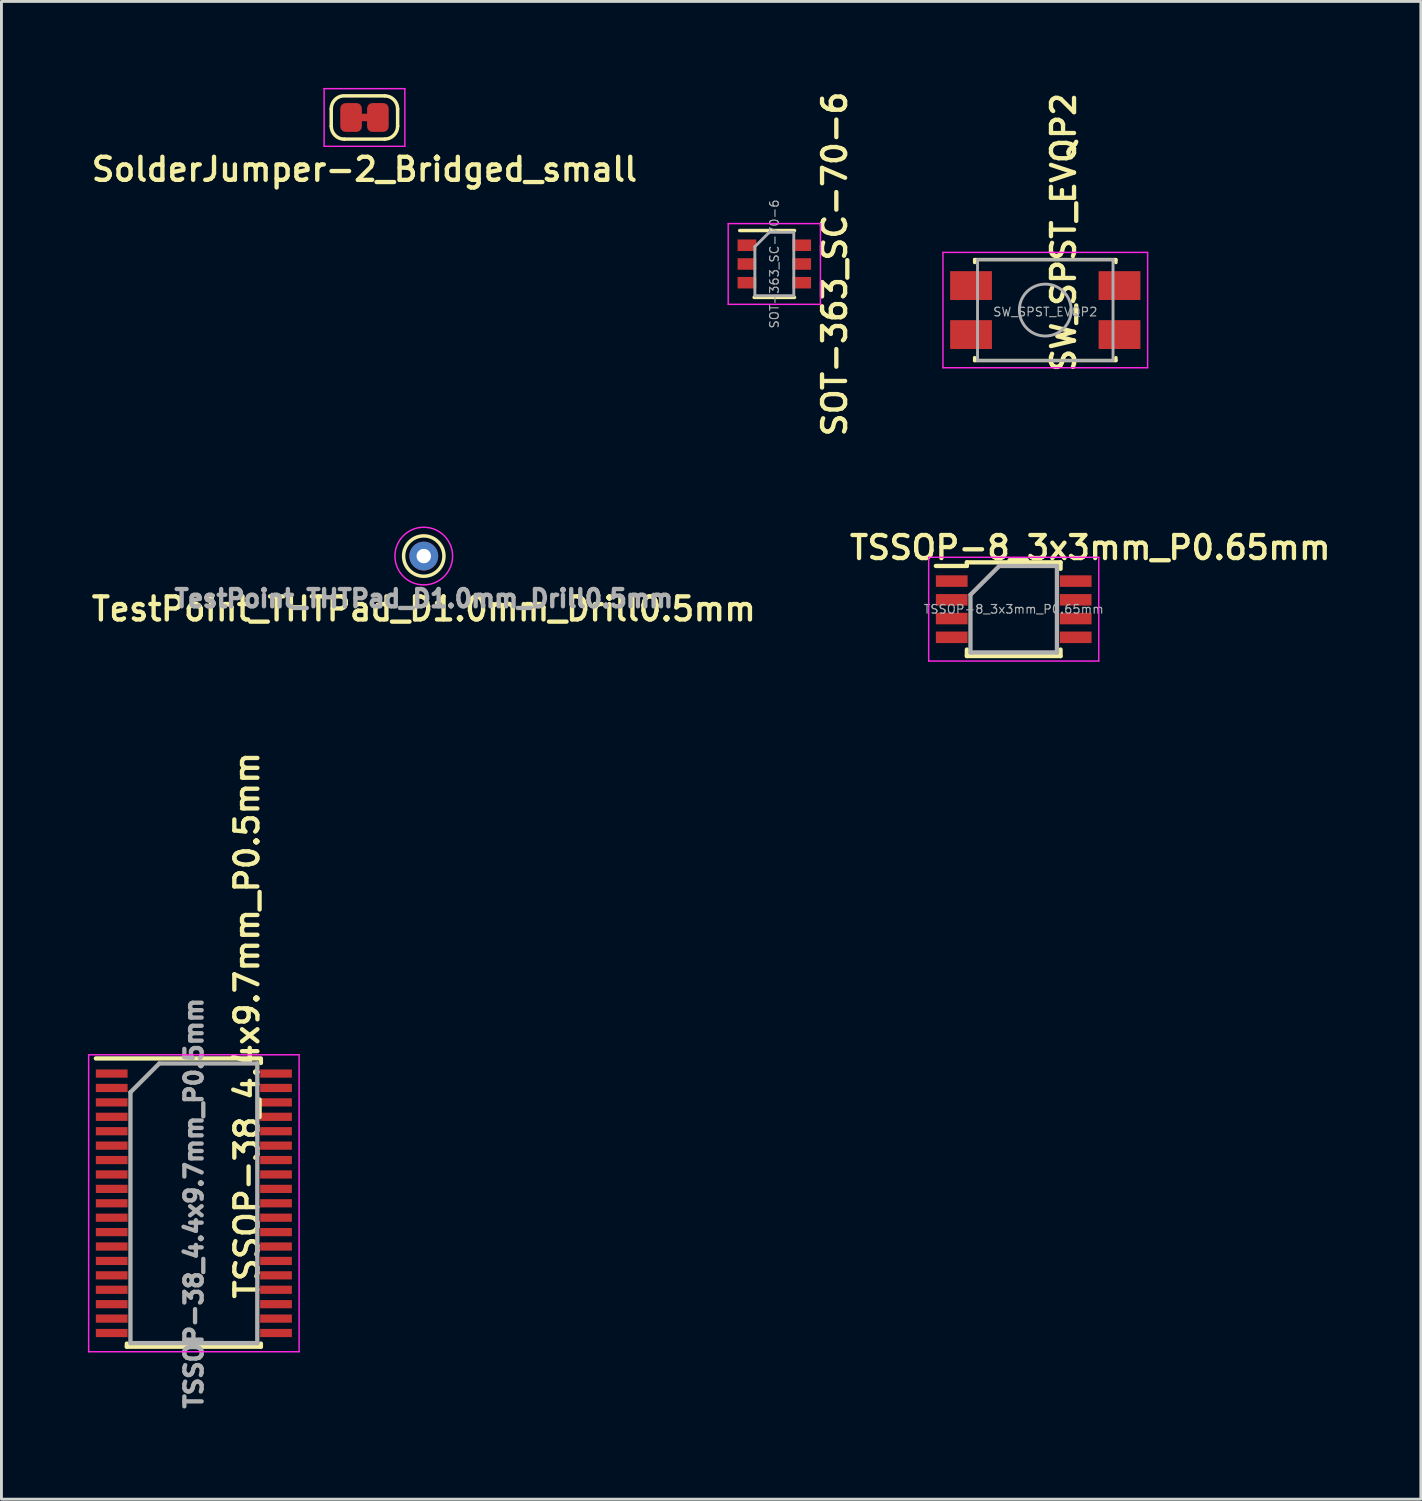
<source format=kicad_pcb>
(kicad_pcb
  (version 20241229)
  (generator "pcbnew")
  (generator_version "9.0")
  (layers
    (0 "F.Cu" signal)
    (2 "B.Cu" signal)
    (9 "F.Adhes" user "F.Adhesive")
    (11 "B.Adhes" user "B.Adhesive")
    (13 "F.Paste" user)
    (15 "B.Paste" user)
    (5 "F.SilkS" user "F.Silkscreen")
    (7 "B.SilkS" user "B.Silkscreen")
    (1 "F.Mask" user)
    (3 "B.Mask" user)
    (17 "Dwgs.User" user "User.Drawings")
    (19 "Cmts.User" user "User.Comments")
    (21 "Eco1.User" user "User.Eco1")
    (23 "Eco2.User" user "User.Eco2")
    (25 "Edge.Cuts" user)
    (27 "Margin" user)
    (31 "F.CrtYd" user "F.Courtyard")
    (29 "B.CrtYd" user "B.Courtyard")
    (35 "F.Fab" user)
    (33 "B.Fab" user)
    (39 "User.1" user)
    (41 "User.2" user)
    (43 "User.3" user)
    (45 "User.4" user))
  (footprint "SolderJumper-2_Bridged_small"
    (layer "F.Cu")
    (at 9.593 1.025)
    (property "Reference" "SolderJumper-2_Bridged_small" (at 0 1.8 0) (layer "F.SilkS") (effects (font (size 0.8 0.8) (thickness 0.15))))
    (attr exclude_from_pos_files exclude_from_bom)
    (fp_poly (pts (xy 0.21 -0.13) (xy -0.21 -0.13) (xy -0.21 0.13) (xy 0.21 0.13)) (stroke (width 0) (type solid)) (fill yes) (layer "F.Cu"))
    (fp_poly (pts (xy 0.84 -0.5) (xy -0.84 -0.5) (xy -0.84 0.5) (xy 0.84 0.5)) (stroke (width 0) (type solid)) (fill yes) (layer "F.Mask"))
    (fp_line (start -1.153 0.3) (end -1.153 -0.3) (stroke (width 0.12) (type solid)) (layer "F.SilkS"))
    (fp_line (start -0.7 -0.75) (end 0.7 -0.75) (stroke (width 0.12) (type solid)) (layer "F.SilkS"))
    (fp_line (start 0.7 0.75) (end -0.7 0.75) (stroke (width 0.12) (type solid)) (layer "F.SilkS"))
    (fp_line (start 1.15 -0.3) (end 1.15 0.3) (stroke (width 0.12) (type solid)) (layer "F.SilkS"))
    (fp_arc (start -1.152769 -0.3) (mid -1.037371 -0.601961) (end -0.75 -0.75) (stroke (width 0.12) (type solid)) (layer "F.SilkS"))
    (fp_arc (start -0.7 0.752769) (mid -1.020156 0.620156) (end -1.152769 0.3) (stroke (width 0.12) (type solid)) (layer "F.SilkS"))
    (fp_arc (start 0.7 -0.75) (mid 1.018198 -0.618198) (end 1.15 -0.3) (stroke (width 0.12) (type solid)) (layer "F.SilkS"))
    (fp_arc (start 1.15 0.3) (mid 1.018198 0.618198) (end 0.7 0.75) (stroke (width 0.12) (type solid)) (layer "F.SilkS"))
    (fp_line (start -1.4 -1) (end -1.4 1) (stroke (width 0.05) (type solid)) (layer "F.CrtYd"))
    (fp_line (start -1.4 -1) (end 1.4 -1) (stroke (width 0.05) (type solid)) (layer "F.CrtYd"))
    (fp_line (start 1.4 1) (end -1.4 1) (stroke (width 0.05) (type solid)) (layer "F.CrtYd"))
    (fp_line (start 1.4 1) (end 1.4 -1) (stroke (width 0.05) (type solid)) (layer "F.CrtYd"))
    (pad "1" smd roundrect (at -0.465 0) (size 0.75 1) (layers "F.Cu" "F.Mask" "F.Paste") (roundrect_rratio 0.25))
    (pad "2" smd roundrect (at 0.465 0) (size 0.75 1) (layers "F.Cu" "F.Mask" "F.Paste") (roundrect_rratio 0.25)))
  (footprint "TestPoint_THTPad_D1.0mm_Drill0.5mm"
    (layer "F.Cu")
    (at 11.65 16.239)
    (property "Reference" "TestPoint_THTPad_D1.0mm_Drill0.5mm" (at 0 1.835 0) (layer "F.SilkS") (effects (font (size 0.8 0.8) (thickness 0.15))))
    (attr exclude_from_pos_files exclude_from_bom)
    (fp_circle (center 0 0) (end 0 0.7) (stroke (width 0.12) (type solid)) (fill no) (layer "F.SilkS"))
    (fp_circle (center 0 0) (end 1 0) (stroke (width 0.05) (type solid)) (fill no) (layer "F.CrtYd"))
    (fp_text user "${REFERENCE}" (at 0 1.473 0) (layer "F.Fab") (effects (font (size 0.6 0.6) (thickness 0.15))))
    (pad "1" thru_hole circle (at 0 0) (size 1 1) (drill 0.5) (layers "*.Cu" "*.Mask")))
  (footprint "SOT-363_SC-70-6"
    (layer "F.Cu")
    (at 23.81 6.107)
    (property "Reference" "SOT-363_SC-70-6" (at 2.093 0 90) (layer "F.SilkS") (effects (font (size 0.8 0.8) (thickness 0.15))))
    (attr smd)
    (fp_line (start -0.7 1.16) (end 0.7 1.16) (stroke (width 0.12) (type solid)) (layer "F.SilkS"))
    (fp_line (start 0.7 -1.16) (end -1.2 -1.16) (stroke (width 0.12) (type solid)) (layer "F.SilkS"))
    (fp_line (start -1.6 -1.4) (end -1.6 1.4) (stroke (width 0.05) (type solid)) (layer "F.CrtYd"))
    (fp_line (start -1.6 -1.4) (end 1.6 -1.4) (stroke (width 0.05) (type solid)) (layer "F.CrtYd"))
    (fp_line (start -1.6 1.4) (end 1.6 1.4) (stroke (width 0.05) (type solid)) (layer "F.CrtYd"))
    (fp_line (start 1.6 1.4) (end 1.6 -1.4) (stroke (width 0.05) (type solid)) (layer "F.CrtYd"))
    (fp_line (start -0.675 -0.6) (end -0.675 1.1) (stroke (width 0.1) (type solid)) (layer "F.Fab"))
    (fp_line (start -0.175 -1.1) (end -0.675 -0.6) (stroke (width 0.1) (type solid)) (layer "F.Fab"))
    (fp_line (start 0.675 -1.1) (end -0.175 -1.1) (stroke (width 0.1) (type solid)) (layer "F.Fab"))
    (fp_line (start 0.675 -1.1) (end 0.675 1.1) (stroke (width 0.1) (type solid)) (layer "F.Fab"))
    (fp_line (start 0.675 1.1) (end -0.675 1.1) (stroke (width 0.1) (type solid)) (layer "F.Fab"))
    (fp_text user "${REFERENCE}" (at 0 0 270) (layer "F.Fab") (effects (font (size 0.3 0.3) (thickness 0.04))))
    (pad "1" smd rect (at -0.95 -0.65) (size 0.65 0.4) (layers "F.Cu" "F.Mask" "F.Paste"))
    (pad "2" smd rect (at -0.95 0) (size 0.65 0.4) (layers "F.Cu" "F.Mask" "F.Paste"))
    (pad "3" smd rect (at -0.95 0.65) (size 0.65 0.4) (layers "F.Cu" "F.Mask" "F.Paste"))
    (pad "4" smd rect (at 0.95 0.65) (size 0.65 0.4) (layers "F.Cu" "F.Mask" "F.Paste"))
    (pad "5" smd rect (at 0.95 0) (size 0.65 0.4) (layers "F.Cu" "F.Mask" "F.Paste"))
    (pad "6" smd rect (at 0.95 -0.65) (size 0.65 0.4) (layers "F.Cu" "F.Mask" "F.Paste")))
  (footprint "SW_SPST_EVQP2"
    (layer "F.Cu")
    (at 33.209 7.706)
    (property "Reference" "SW_SPST_EVQP2" (at 0.635 2.223 270) (layer "F.SilkS") (effects (font (size 0.8 0.8) (thickness 0.15)) (justify left)))
    (attr smd)
    (fp_line (start -2.45 -1.75) (end -2.45 -1.65) (stroke (width 0.12) (type solid)) (layer "F.SilkS"))
    (fp_line (start -2.45 1.65) (end -2.45 1.75) (stroke (width 0.12) (type solid)) (layer "F.SilkS"))
    (fp_line (start -2.45 1.75) (end 2.45 1.75) (stroke (width 0.12) (type solid)) (layer "F.SilkS"))
    (fp_line (start 2.45 -1.75) (end -2.45 -1.75) (stroke (width 0.12) (type solid)) (layer "F.SilkS"))
    (fp_line (start 2.45 -1.75) (end 2.45 -1.65) (stroke (width 0.12) (type solid)) (layer "F.SilkS"))
    (fp_line (start 2.45 1.75) (end 2.45 1.65) (stroke (width 0.12) (type solid)) (layer "F.SilkS"))
    (fp_line (start -3.55 -2) (end 3.55 -2) (stroke (width 0.05) (type solid)) (layer "F.CrtYd"))
    (fp_line (start -3.55 2) (end -3.55 -2) (stroke (width 0.05) (type solid)) (layer "F.CrtYd"))
    (fp_line (start 3.55 -2) (end 3.55 2) (stroke (width 0.05) (type solid)) (layer "F.CrtYd"))
    (fp_line (start 3.55 2) (end -3.55 2) (stroke (width 0.05) (type solid)) (layer "F.CrtYd"))
    (fp_line (start -2.35 -1.75) (end 2.35 -1.75) (stroke (width 0.1) (type solid)) (layer "F.Fab"))
    (fp_line (start -2.35 1.75) (end -2.35 -1.75) (stroke (width 0.1) (type solid)) (layer "F.Fab"))
    (fp_line (start 2.35 -1.75) (end 2.35 1.75) (stroke (width 0.1) (type solid)) (layer "F.Fab"))
    (fp_line (start 2.35 1.75) (end -2.35 1.75) (stroke (width 0.1) (type solid)) (layer "F.Fab"))
    (fp_circle (center 0 0) (end 0.9 0) (stroke (width 0.1) (type solid)) (fill no) (layer "F.Fab"))
    (fp_text user "${REFERENCE}" (at 0 0.064 0) (layer "F.Fab") (effects (font (size 0.3 0.3) (thickness 0.04))))
    (pad "1" smd rect (at -2.575 -0.85) (size 1.45 1) (layers "F.Cu" "F.Mask" "F.Paste"))
    (pad "1" smd rect (at 2.575 -0.85) (size 1.45 1) (layers "F.Cu" "F.Mask" "F.Paste"))
    (pad "2" smd rect (at -2.575 0.85) (size 1.45 1) (layers "F.Cu" "F.Mask" "F.Paste"))
    (pad "2" smd rect (at 2.575 0.85) (size 1.45 1) (layers "F.Cu" "F.Mask" "F.Paste")))
  (footprint "TSSOP-8_3x3mm_P0.65mm"
    (layer "F.Cu")
    (at 32.114 18.082)
    (property "Reference" "TSSOP-8_3x3mm_P0.65mm" (at 2.654 -2.136 180) (layer "F.SilkS") (effects (font (size 0.8 0.8) (thickness 0.15))))
    (attr smd)
    (fp_line (start -1.625 -1.625) (end -1.625 -1.5) (stroke (width 0.15) (type solid)) (layer "F.SilkS"))
    (fp_line (start -1.625 -1.625) (end 1.625 -1.625) (stroke (width 0.15) (type solid)) (layer "F.SilkS"))
    (fp_line (start -1.625 -1.5) (end -2.7 -1.5) (stroke (width 0.15) (type solid)) (layer "F.SilkS"))
    (fp_line (start -1.625 1.625) (end -1.625 1.4) (stroke (width 0.15) (type solid)) (layer "F.SilkS"))
    (fp_line (start -1.625 1.625) (end 1.625 1.625) (stroke (width 0.15) (type solid)) (layer "F.SilkS"))
    (fp_line (start 1.625 -1.625) (end 1.625 -1.4) (stroke (width 0.15) (type solid)) (layer "F.SilkS"))
    (fp_line (start 1.625 1.625) (end 1.625 1.4) (stroke (width 0.15) (type solid)) (layer "F.SilkS"))
    (fp_line (start -2.95 -1.8) (end -2.95 1.8) (stroke (width 0.05) (type solid)) (layer "F.CrtYd"))
    (fp_line (start -2.95 -1.8) (end 2.95 -1.8) (stroke (width 0.05) (type solid)) (layer "F.CrtYd"))
    (fp_line (start -2.95 1.8) (end 2.95 1.8) (stroke (width 0.05) (type solid)) (layer "F.CrtYd"))
    (fp_line (start 2.95 -1.8) (end 2.95 1.8) (stroke (width 0.05) (type solid)) (layer "F.CrtYd"))
    (fp_line (start -1.5 -0.5) (end -0.5 -1.5) (stroke (width 0.15) (type solid)) (layer "F.Fab"))
    (fp_line (start -1.5 1.5) (end -1.5 -0.5) (stroke (width 0.15) (type solid)) (layer "F.Fab"))
    (fp_line (start -0.5 -1.5) (end 1.5 -1.5) (stroke (width 0.15) (type solid)) (layer "F.Fab"))
    (fp_line (start 1.5 -1.5) (end 1.5 1.5) (stroke (width 0.15) (type solid)) (layer "F.Fab"))
    (fp_line (start 1.5 1.5) (end -1.5 1.5) (stroke (width 0.15) (type solid)) (layer "F.Fab"))
    (fp_text user "${REFERENCE}" (at 0 0 180) (layer "F.Fab") (effects (font (size 0.3 0.3) (thickness 0.04))))
    (pad "1" smd rect (at -2.15 -0.975) (size 1.1 0.4) (layers "F.Cu" "F.Mask" "F.Paste"))
    (pad "2" smd rect (at -2.15 -0.325) (size 1.1 0.4) (layers "F.Cu" "F.Mask" "F.Paste"))
    (pad "3" smd rect (at -2.15 0.325) (size 1.1 0.4) (layers "F.Cu" "F.Mask" "F.Paste"))
    (pad "4" smd rect (at -2.15 0.975) (size 1.1 0.4) (layers "F.Cu" "F.Mask" "F.Paste"))
    (pad "5" smd rect (at 2.15 0.975) (size 1.1 0.4) (layers "F.Cu" "F.Mask" "F.Paste"))
    (pad "6" smd rect (at 2.15 0.325) (size 1.1 0.4) (layers "F.Cu" "F.Mask" "F.Paste"))
    (pad "7" smd rect (at 2.15 -0.325) (size 1.1 0.4) (layers "F.Cu" "F.Mask" "F.Paste"))
    (pad "8" smd rect (at 2.15 -0.975) (size 1.1 0.4) (layers "F.Cu" "F.Mask" "F.Paste")))
  (footprint "TSSOP-38_4.4x9.7mm_P0.5mm"
    (layer "F.Cu")
    (at 3.675 38.69)
    (property "Reference" "TSSOP-38_4.4x9.7mm_P0.5mm" (at 1.841 -6.172 90) (layer "F.SilkS") (effects (font (size 0.8 0.8) (thickness 0.15))))
    (attr smd)
    (fp_line (start -3.4 -5.025) (end 2.325 -5.025) (stroke (width 0.15) (type solid)) (layer "F.SilkS"))
    (fp_line (start -2.325 4.975) (end -2.325 4.867) (stroke (width 0.15) (type solid)) (layer "F.SilkS"))
    (fp_line (start -2.325 4.975) (end 2.325 4.975) (stroke (width 0.15) (type solid)) (layer "F.SilkS"))
    (fp_line (start 2.325 -4.975) (end 2.325 -4.867) (stroke (width 0.15) (type solid)) (layer "F.SilkS"))
    (fp_line (start 2.325 4.975) (end 2.325 4.867) (stroke (width 0.15) (type solid)) (layer "F.SilkS"))
    (fp_line (start -3.65 -5.15) (end -3.65 5.15) (stroke (width 0.05) (type solid)) (layer "F.CrtYd"))
    (fp_line (start -3.65 -5.15) (end 3.65 -5.15) (stroke (width 0.05) (type solid)) (layer "F.CrtYd"))
    (fp_line (start -3.65 5.15) (end 3.65 5.15) (stroke (width 0.05) (type solid)) (layer "F.CrtYd"))
    (fp_line (start 3.65 -5.15) (end 3.65 5.15) (stroke (width 0.05) (type solid)) (layer "F.CrtYd"))
    (fp_line (start -2.2 -3.85) (end -1.2 -4.85) (stroke (width 0.15) (type solid)) (layer "F.Fab"))
    (fp_line (start -2.2 4.85) (end -2.2 -3.85) (stroke (width 0.15) (type solid)) (layer "F.Fab"))
    (fp_line (start -1.2 -4.85) (end 2.2 -4.85) (stroke (width 0.15) (type solid)) (layer "F.Fab"))
    (fp_line (start 2.2 -4.85) (end 2.2 4.85) (stroke (width 0.15) (type solid)) (layer "F.Fab"))
    (fp_line (start 2.2 4.85) (end -2.2 4.85) (stroke (width 0.15) (type solid)) (layer "F.Fab"))
    (fp_text user "${REFERENCE}" (at 0 0 90) (layer "F.Fab") (effects (font (size 0.6 0.6) (thickness 0.15))))
    (pad "1" smd rect (at -2.85 -4.5) (size 1.1 0.285) (layers "F.Cu" "F.Mask" "F.Paste"))
    (pad "2" smd rect (at -2.85 -4) (size 1.1 0.285) (layers "F.Cu" "F.Mask" "F.Paste"))
    (pad "3" smd rect (at -2.85 -3.5) (size 1.1 0.285) (layers "F.Cu" "F.Mask" "F.Paste"))
    (pad "4" smd rect (at -2.85 -3) (size 1.1 0.285) (layers "F.Cu" "F.Mask" "F.Paste"))
    (pad "5" smd rect (at -2.85 -2.5) (size 1.1 0.285) (layers "F.Cu" "F.Mask" "F.Paste"))
    (pad "6" smd rect (at -2.85 -2) (size 1.1 0.285) (layers "F.Cu" "F.Mask" "F.Paste"))
    (pad "7" smd rect (at -2.85 -1.5) (size 1.1 0.285) (layers "F.Cu" "F.Mask" "F.Paste"))
    (pad "8" smd rect (at -2.85 -1) (size 1.1 0.285) (layers "F.Cu" "F.Mask" "F.Paste"))
    (pad "9" smd rect (at -2.85 -0.5) (size 1.1 0.285) (layers "F.Cu" "F.Mask" "F.Paste"))
    (pad "10" smd rect (at -2.85 0) (size 1.1 0.285) (layers "F.Cu" "F.Mask" "F.Paste"))
    (pad "11" smd rect (at -2.85 0.5) (size 1.1 0.285) (layers "F.Cu" "F.Mask" "F.Paste"))
    (pad "12" smd rect (at -2.85 1) (size 1.1 0.285) (layers "F.Cu" "F.Mask" "F.Paste"))
    (pad "13" smd rect (at -2.85 1.5) (size 1.1 0.285) (layers "F.Cu" "F.Mask" "F.Paste"))
    (pad "14" smd rect (at -2.85 2) (size 1.1 0.285) (layers "F.Cu" "F.Mask" "F.Paste"))
    (pad "15" smd rect (at -2.85 2.5) (size 1.1 0.285) (layers "F.Cu" "F.Mask" "F.Paste"))
    (pad "16" smd rect (at -2.85 3) (size 1.1 0.285) (layers "F.Cu" "F.Mask" "F.Paste"))
    (pad "17" smd rect (at -2.85 3.5) (size 1.1 0.285) (layers "F.Cu" "F.Mask" "F.Paste"))
    (pad "18" smd rect (at -2.85 4) (size 1.1 0.285) (layers "F.Cu" "F.Mask" "F.Paste"))
    (pad "19" smd rect (at -2.85 4.5) (size 1.1 0.285) (layers "F.Cu" "F.Mask" "F.Paste"))
    (pad "20" smd rect (at 2.85 4.5) (size 1.1 0.285) (layers "F.Cu" "F.Mask" "F.Paste"))
    (pad "21" smd rect (at 2.85 4) (size 1.1 0.285) (layers "F.Cu" "F.Mask" "F.Paste"))
    (pad "22" smd rect (at 2.85 3.5) (size 1.1 0.285) (layers "F.Cu" "F.Mask" "F.Paste"))
    (pad "23" smd rect (at 2.85 3) (size 1.1 0.285) (layers "F.Cu" "F.Mask" "F.Paste"))
    (pad "24" smd rect (at 2.85 2.5) (size 1.1 0.285) (layers "F.Cu" "F.Mask" "F.Paste"))
    (pad "25" smd rect (at 2.85 2) (size 1.1 0.285) (layers "F.Cu" "F.Mask" "F.Paste"))
    (pad "26" smd rect (at 2.85 1.5) (size 1.1 0.285) (layers "F.Cu" "F.Mask" "F.Paste"))
    (pad "27" smd rect (at 2.85 1) (size 1.1 0.285) (layers "F.Cu" "F.Mask" "F.Paste"))
    (pad "28" smd rect (at 2.85 0.5) (size 1.1 0.285) (layers "F.Cu" "F.Mask" "F.Paste"))
    (pad "29" smd rect (at 2.85 0) (size 1.1 0.285) (layers "F.Cu" "F.Mask" "F.Paste"))
    (pad "30" smd rect (at 2.85 -0.5) (size 1.1 0.285) (layers "F.Cu" "F.Mask" "F.Paste"))
    (pad "31" smd rect (at 2.85 -1) (size 1.1 0.285) (layers "F.Cu" "F.Mask" "F.Paste"))
    (pad "32" smd rect (at 2.85 -1.5) (size 1.1 0.285) (layers "F.Cu" "F.Mask" "F.Paste"))
    (pad "33" smd rect (at 2.85 -2) (size 1.1 0.285) (layers "F.Cu" "F.Mask" "F.Paste"))
    (pad "34" smd rect (at 2.85 -2.5) (size 1.1 0.285) (layers "F.Cu" "F.Mask" "F.Paste"))
    (pad "35" smd rect (at 2.85 -3) (size 1.1 0.285) (layers "F.Cu" "F.Mask" "F.Paste"))
    (pad "36" smd rect (at 2.85 -3.5) (size 1.1 0.285) (layers "F.Cu" "F.Mask" "F.Paste"))
    (pad "37" smd rect (at 2.85 -4) (size 1.1 0.285) (layers "F.Cu" "F.Mask" "F.Paste"))
    (pad "38" smd rect (at 2.85 -4.5) (size 1.1 0.285) (layers "F.Cu" "F.Mask" "F.Paste")))
  (gr_rect
    (start -3 -3)
    (end 46.237 48.955)
    (stroke (width 0.1) (type default))
    (fill no)
    (layer "Edge.Cuts")))
</source>
